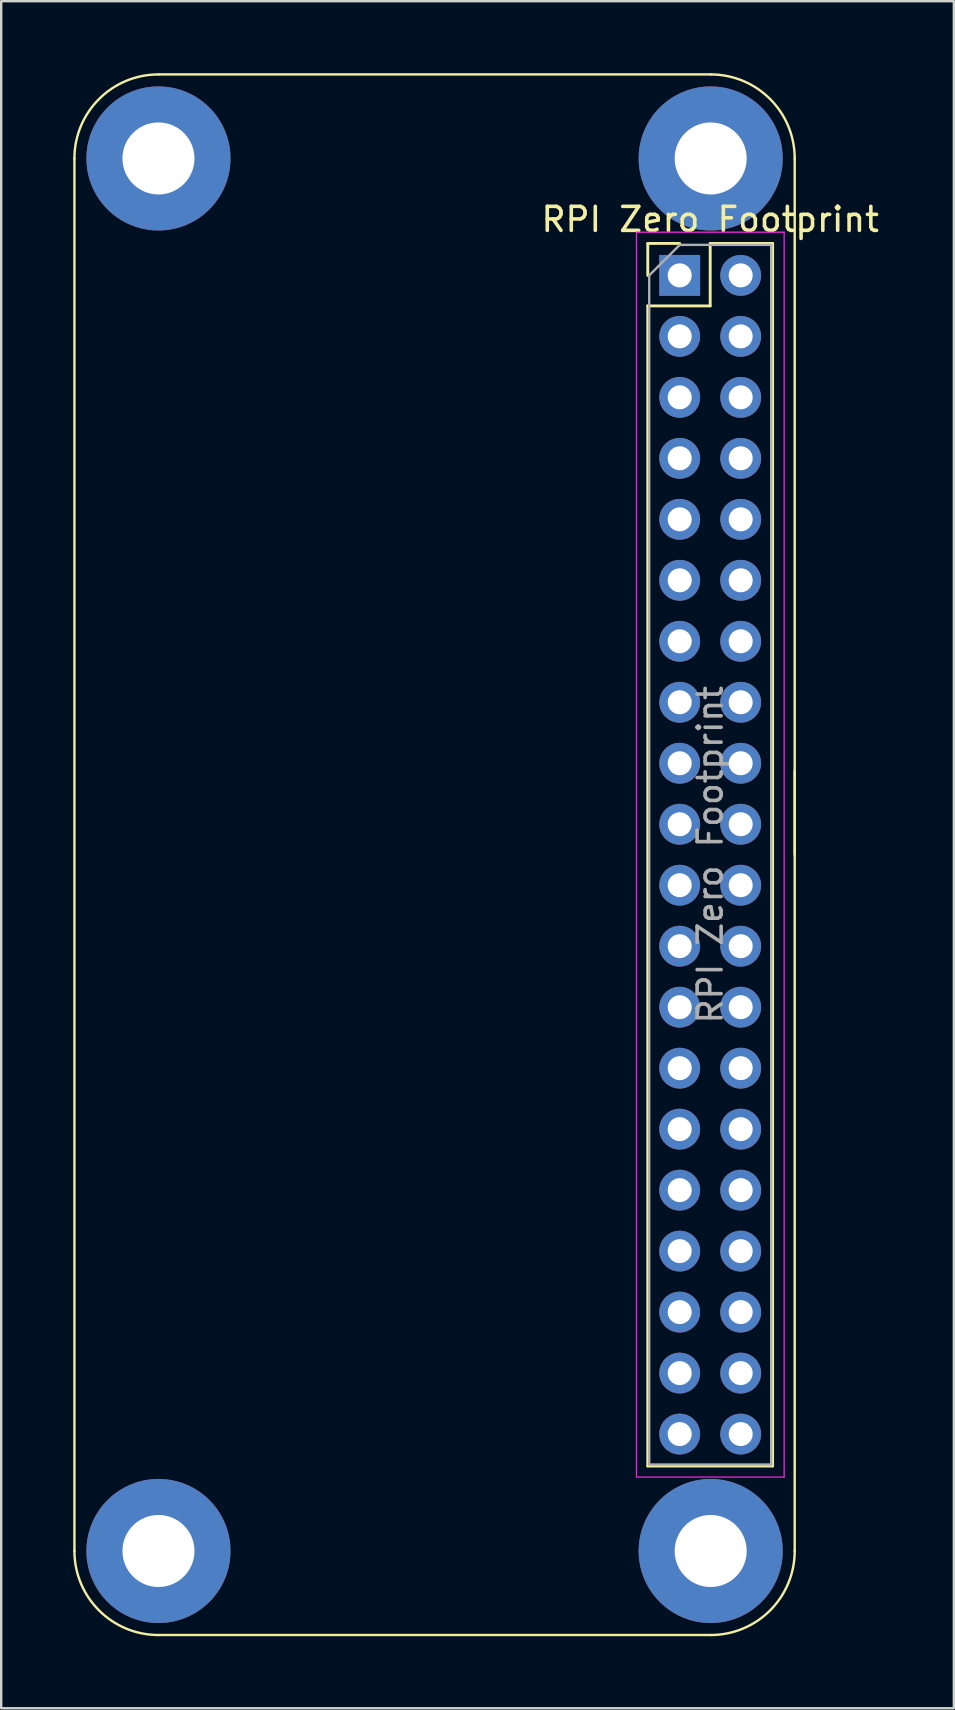
<source format=kicad_pcb>
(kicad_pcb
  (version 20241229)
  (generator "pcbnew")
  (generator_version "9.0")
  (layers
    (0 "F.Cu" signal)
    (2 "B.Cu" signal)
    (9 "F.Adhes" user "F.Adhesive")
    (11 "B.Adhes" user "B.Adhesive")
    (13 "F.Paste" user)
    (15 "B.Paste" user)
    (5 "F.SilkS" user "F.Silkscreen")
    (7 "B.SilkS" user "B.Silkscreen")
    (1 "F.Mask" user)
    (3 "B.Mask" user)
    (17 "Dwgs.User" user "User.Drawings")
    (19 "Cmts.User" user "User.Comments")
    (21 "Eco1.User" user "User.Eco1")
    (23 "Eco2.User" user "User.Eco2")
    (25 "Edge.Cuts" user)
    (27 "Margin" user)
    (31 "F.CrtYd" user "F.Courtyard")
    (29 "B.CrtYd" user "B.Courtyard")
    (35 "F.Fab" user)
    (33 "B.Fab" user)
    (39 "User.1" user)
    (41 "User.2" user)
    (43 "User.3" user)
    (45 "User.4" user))
  (footprint "RPI Zero Footprint"
    (layer "F.Cu")
    (at 26.8 32.55)
    (property "Reference" "RPI Zero Footprint" (at -0.27 -26.46 0) (layer "F.SilkS") (effects (font (size 1 1) (thickness 0.15))))
    (attr through_hole)
    (fp_line (start -26.75 -29) (end -26.75 29) (stroke (width 0.1) (type default)) (layer "F.SilkS"))
    (fp_line (start -23.25 32.5) (end -0.25 32.5) (stroke (width 0.1) (type default)) (layer "F.SilkS"))
    (fp_line (start -2.87 -25.46) (end -1.54 -25.46) (stroke (width 0.12) (type solid)) (layer "F.SilkS"))
    (fp_line (start -2.87 -24.13) (end -2.87 -25.46) (stroke (width 0.12) (type solid)) (layer "F.SilkS"))
    (fp_line (start -2.87 -22.86) (end -2.87 25.46) (stroke (width 0.12) (type solid)) (layer "F.SilkS"))
    (fp_line (start -2.87 -22.86) (end -0.27 -22.86) (stroke (width 0.12) (type solid)) (layer "F.SilkS"))
    (fp_line (start -2.87 25.46) (end 2.33 25.46) (stroke (width 0.12) (type solid)) (layer "F.SilkS"))
    (fp_line (start -0.27 -25.46) (end 2.33 -25.46) (stroke (width 0.12) (type solid)) (layer "F.SilkS"))
    (fp_line (start -0.27 -22.86) (end -0.27 -25.46) (stroke (width 0.12) (type solid)) (layer "F.SilkS"))
    (fp_line (start -0.25 -32.5) (end -23.25 -32.5) (stroke (width 0.1) (type default)) (layer "F.SilkS"))
    (fp_line (start 2.33 -25.46) (end 2.33 25.46) (stroke (width 0.12) (type solid)) (layer "F.SilkS"))
    (fp_line (start 3.25 0) (end 3.25 -29) (stroke (width 0.1) (type default)) (layer "F.SilkS"))
    (fp_line (start 3.25 29) (end 3.25 -3.5) (stroke (width 0.1) (type default)) (layer "F.SilkS"))
    (fp_arc (start -26.75 -29) (mid -25.724874 -31.474874) (end -23.25 -32.5) (stroke (width 0.1) (type default)) (layer "F.SilkS"))
    (fp_arc (start -23.25 32.5) (mid -25.724874 31.474874) (end -26.75 29) (stroke (width 0.1) (type default)) (layer "F.SilkS"))
    (fp_arc (start -0.25 -32.5) (mid 2.224874 -31.474874) (end 3.25 -29) (stroke (width 0.1) (type default)) (layer "F.SilkS"))
    (fp_arc (start 3.25 29) (mid 2.224874 31.474874) (end -0.25 32.5) (stroke (width 0.1) (type default)) (layer "F.SilkS"))
    (fp_line (start -3.34 -25.93) (end -3.34 25.92) (stroke (width 0.05) (type solid)) (layer "F.CrtYd"))
    (fp_line (start -3.34 25.92) (end 2.81 25.92) (stroke (width 0.05) (type solid)) (layer "F.CrtYd"))
    (fp_line (start 2.81 -25.93) (end -3.34 -25.93) (stroke (width 0.05) (type solid)) (layer "F.CrtYd"))
    (fp_line (start 2.81 25.92) (end 2.81 -25.93) (stroke (width 0.05) (type solid)) (layer "F.CrtYd"))
    (fp_line (start -2.81 -24.13) (end -1.54 -25.4) (stroke (width 0.1) (type solid)) (layer "F.Fab"))
    (fp_line (start -2.81 25.4) (end -2.81 -24.13) (stroke (width 0.1) (type solid)) (layer "F.Fab"))
    (fp_line (start -1.54 -25.4) (end 2.27 -25.4) (stroke (width 0.1) (type solid)) (layer "F.Fab"))
    (fp_line (start 2.27 -25.4) (end 2.27 25.4) (stroke (width 0.1) (type solid)) (layer "F.Fab"))
    (fp_line (start 2.27 25.4) (end -2.81 25.4) (stroke (width 0.1) (type solid)) (layer "F.Fab"))
    (fp_text user "${REFERENCE}" (at -0.27 0 90) (layer "F.Fab") (effects (font (size 1 1) (thickness 0.15))))
    (pad "1" thru_hole rect (at -1.54 -24.13) (size 1.7 1.7) (drill 1) (layers "*.Cu" "*.Mask"))
    (pad "2" thru_hole oval (at 1 -24.13) (size 1.7 1.7) (drill 1) (layers "*.Cu" "*.Mask"))
    (pad "3" thru_hole oval (at -1.54 -21.59) (size 1.7 1.7) (drill 1) (layers "*.Cu" "*.Mask"))
    (pad "4" thru_hole oval (at 1 -21.59) (size 1.7 1.7) (drill 1) (layers "*.Cu" "*.Mask"))
    (pad "5" thru_hole oval (at -1.54 -19.05) (size 1.7 1.7) (drill 1) (layers "*.Cu" "*.Mask"))
    (pad "6" thru_hole oval (at 1 -19.05) (size 1.7 1.7) (drill 1) (layers "*.Cu" "*.Mask"))
    (pad "7" thru_hole oval (at -1.54 -16.51) (size 1.7 1.7) (drill 1) (layers "*.Cu" "*.Mask"))
    (pad "8" thru_hole oval (at 1 -16.51) (size 1.7 1.7) (drill 1) (layers "*.Cu" "*.Mask"))
    (pad "9" thru_hole oval (at -1.54 -13.97) (size 1.7 1.7) (drill 1) (layers "*.Cu" "*.Mask"))
    (pad "10" thru_hole oval (at 1 -13.97) (size 1.7 1.7) (drill 1) (layers "*.Cu" "*.Mask"))
    (pad "11" thru_hole oval (at -1.54 -11.43) (size 1.7 1.7) (drill 1) (layers "*.Cu" "*.Mask"))
    (pad "12" thru_hole oval (at 1 -11.43) (size 1.7 1.7) (drill 1) (layers "*.Cu" "*.Mask"))
    (pad "13" thru_hole oval (at -1.54 -8.89) (size 1.7 1.7) (drill 1) (layers "*.Cu" "*.Mask"))
    (pad "14" thru_hole oval (at 1 -8.89) (size 1.7 1.7) (drill 1) (layers "*.Cu" "*.Mask"))
    (pad "15" thru_hole oval (at -1.54 -6.35) (size 1.7 1.7) (drill 1) (layers "*.Cu" "*.Mask"))
    (pad "16" thru_hole oval (at 1 -6.35) (size 1.7 1.7) (drill 1) (layers "*.Cu" "*.Mask"))
    (pad "17" thru_hole oval (at -1.54 -3.81) (size 1.7 1.7) (drill 1) (layers "*.Cu" "*.Mask"))
    (pad "18" thru_hole oval (at 1 -3.81) (size 1.7 1.7) (drill 1) (layers "*.Cu" "*.Mask"))
    (pad "19" thru_hole oval (at -1.54 -1.27) (size 1.7 1.7) (drill 1) (layers "*.Cu" "*.Mask"))
    (pad "20" thru_hole oval (at 1 -1.27) (size 1.7 1.7) (drill 1) (layers "*.Cu" "*.Mask"))
    (pad "21" thru_hole oval (at -1.54 1.27) (size 1.7 1.7) (drill 1) (layers "*.Cu" "*.Mask"))
    (pad "22" thru_hole oval (at 1 1.27) (size 1.7 1.7) (drill 1) (layers "*.Cu" "*.Mask"))
    (pad "23" thru_hole oval (at -1.54 3.81) (size 1.7 1.7) (drill 1) (layers "*.Cu" "*.Mask"))
    (pad "24" thru_hole oval (at 1 3.81) (size 1.7 1.7) (drill 1) (layers "*.Cu" "*.Mask"))
    (pad "25" thru_hole oval (at -1.54 6.35) (size 1.7 1.7) (drill 1) (layers "*.Cu" "*.Mask"))
    (pad "26" thru_hole oval (at 1 6.35) (size 1.7 1.7) (drill 1) (layers "*.Cu" "*.Mask"))
    (pad "27" thru_hole oval (at -1.54 8.89) (size 1.7 1.7) (drill 1) (layers "*.Cu" "*.Mask"))
    (pad "28" thru_hole oval (at 1 8.89) (size 1.7 1.7) (drill 1) (layers "*.Cu" "*.Mask"))
    (pad "29" thru_hole oval (at -1.54 11.43) (size 1.7 1.7) (drill 1) (layers "*.Cu" "*.Mask"))
    (pad "30" thru_hole oval (at 1 11.43) (size 1.7 1.7) (drill 1) (layers "*.Cu" "*.Mask"))
    (pad "31" thru_hole oval (at -1.54 13.97) (size 1.7 1.7) (drill 1) (layers "*.Cu" "*.Mask"))
    (pad "32" thru_hole oval (at 1 13.97) (size 1.7 1.7) (drill 1) (layers "*.Cu" "*.Mask"))
    (pad "33" thru_hole oval (at -1.54 16.51) (size 1.7 1.7) (drill 1) (layers "*.Cu" "*.Mask"))
    (pad "34" thru_hole oval (at 1 16.51) (size 1.7 1.7) (drill 1) (layers "*.Cu" "*.Mask"))
    (pad "35" thru_hole oval (at -1.54 19.05) (size 1.7 1.7) (drill 1) (layers "*.Cu" "*.Mask"))
    (pad "36" thru_hole oval (at 1 19.05) (size 1.7 1.7) (drill 1) (layers "*.Cu" "*.Mask"))
    (pad "37" thru_hole oval (at -1.54 21.59) (size 1.7 1.7) (drill 1) (layers "*.Cu" "*.Mask"))
    (pad "38" thru_hole oval (at 1 21.59) (size 1.7 1.7) (drill 1) (layers "*.Cu" "*.Mask"))
    (pad "39" thru_hole oval (at -1.54 24.13) (size 1.7 1.7) (drill 1) (layers "*.Cu" "*.Mask"))
    (pad "40" thru_hole oval (at 1 24.13) (size 1.7 1.7) (drill 1) (layers "*.Cu" "*.Mask"))
    (pad "41" thru_hole circle (at -23.25 -29) (size 6 6) (drill 3) (property pad_prop_castellated) (layers "*.Cu"))
    (pad "41" thru_hole circle (at -23.25 29) (size 6 6) (drill 3) (property pad_prop_castellated) (layers "*.Cu"))
    (pad "41" thru_hole circle (at -0.25 -29) (size 6 6) (drill 3) (property pad_prop_castellated) (layers "*.Cu"))
    (pad "41" thru_hole circle (at -0.25 29) (size 6 6) (drill 3) (property pad_prop_castellated) (layers "*.Cu")))
  (gr_rect
    (start -3 -3)
    (end 36.679 68.1)
    (stroke (width 0.1) (type default))
    (fill no)
    (layer "Edge.Cuts")))
</source>
